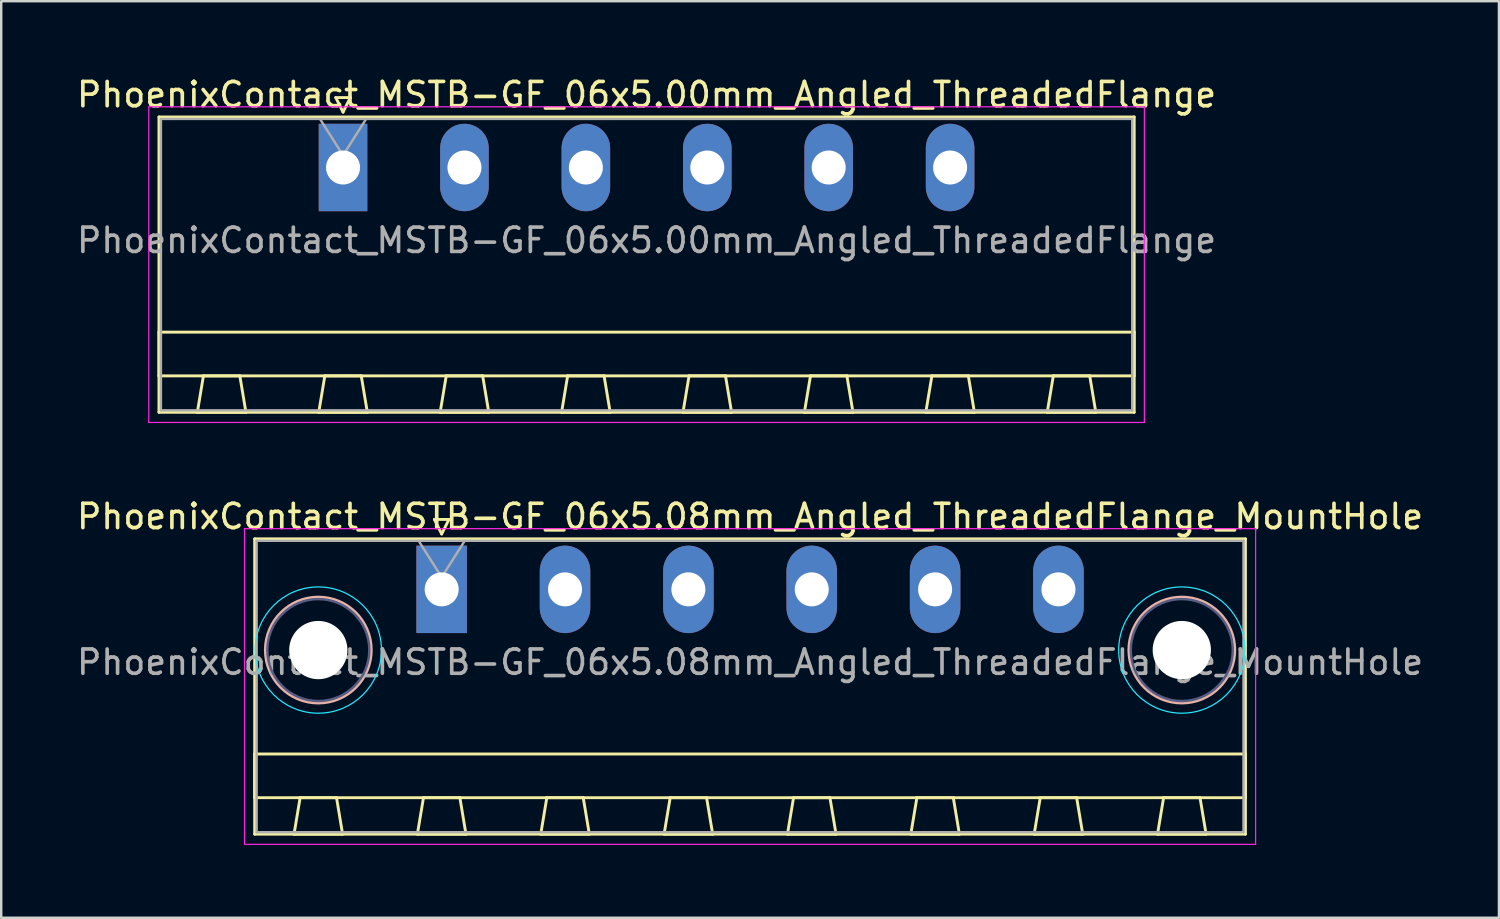
<source format=kicad_pcb>
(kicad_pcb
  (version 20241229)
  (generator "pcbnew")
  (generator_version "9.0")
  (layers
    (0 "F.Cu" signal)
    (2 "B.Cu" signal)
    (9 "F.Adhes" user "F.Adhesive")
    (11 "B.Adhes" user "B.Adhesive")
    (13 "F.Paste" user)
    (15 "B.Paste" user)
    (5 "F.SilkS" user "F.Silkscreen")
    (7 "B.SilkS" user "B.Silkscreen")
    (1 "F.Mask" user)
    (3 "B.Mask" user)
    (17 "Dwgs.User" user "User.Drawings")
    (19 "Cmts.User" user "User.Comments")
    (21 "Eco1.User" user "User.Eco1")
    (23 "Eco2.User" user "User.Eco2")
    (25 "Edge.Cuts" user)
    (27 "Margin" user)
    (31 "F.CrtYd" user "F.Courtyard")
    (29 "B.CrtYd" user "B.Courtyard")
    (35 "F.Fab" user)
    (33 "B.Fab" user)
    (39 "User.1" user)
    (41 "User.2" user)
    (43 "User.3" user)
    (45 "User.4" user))
  (footprint "PhoenixContact_MSTB-GF_06x5.08mm_Angled_ThreadedFlange_MountHole"
    (layer "F.Cu")
    (at 15.139 21.221)
    (property "Reference" "PhoenixContact_MSTB-GF_06x5.08mm_Angled_ThreadedFlange_MountHole" (at 12.7 -3 0) (layer "F.SilkS") (effects (font (size 1 1) (thickness 0.15))))
    (attr through_hole)
    (fp_line (start -7.7 -2.08) (end -7.7 10.08) (stroke (width 0.12) (type solid)) (layer "F.SilkS"))
    (fp_line (start -7.7 6.78) (end 33.1 6.78) (stroke (width 0.12) (type solid)) (layer "F.SilkS"))
    (fp_line (start -7.7 8.58) (end -7.7 6.78) (stroke (width 0.12) (type solid)) (layer "F.SilkS"))
    (fp_line (start -7.7 10.08) (end 33.1 10.08) (stroke (width 0.12) (type solid)) (layer "F.SilkS"))
    (fp_line (start -6.08 10.08) (end -4.08 10.08) (stroke (width 0.12) (type solid)) (layer "F.SilkS"))
    (fp_line (start -5.83 8.58) (end -6.08 10.08) (stroke (width 0.12) (type solid)) (layer "F.SilkS"))
    (fp_line (start -4.33 8.58) (end -5.83 8.58) (stroke (width 0.12) (type solid)) (layer "F.SilkS"))
    (fp_line (start -4.08 10.08) (end -4.33 8.58) (stroke (width 0.12) (type solid)) (layer "F.SilkS"))
    (fp_line (start -1 10.08) (end 1 10.08) (stroke (width 0.12) (type solid)) (layer "F.SilkS"))
    (fp_line (start -0.75 8.58) (end -1 10.08) (stroke (width 0.12) (type solid)) (layer "F.SilkS"))
    (fp_line (start -0.3 -2.88) (end 0.3 -2.88) (stroke (width 0.12) (type solid)) (layer "F.SilkS"))
    (fp_line (start 0 -2.28) (end -0.3 -2.88) (stroke (width 0.12) (type solid)) (layer "F.SilkS"))
    (fp_line (start 0.3 -2.88) (end 0 -2.28) (stroke (width 0.12) (type solid)) (layer "F.SilkS"))
    (fp_line (start 0.75 8.58) (end -0.75 8.58) (stroke (width 0.12) (type solid)) (layer "F.SilkS"))
    (fp_line (start 1 10.08) (end 0.75 8.58) (stroke (width 0.12) (type solid)) (layer "F.SilkS"))
    (fp_line (start 4.08 10.08) (end 6.08 10.08) (stroke (width 0.12) (type solid)) (layer "F.SilkS"))
    (fp_line (start 4.33 8.58) (end 4.08 10.08) (stroke (width 0.12) (type solid)) (layer "F.SilkS"))
    (fp_line (start 5.83 8.58) (end 4.33 8.58) (stroke (width 0.12) (type solid)) (layer "F.SilkS"))
    (fp_line (start 6.08 10.08) (end 5.83 8.58) (stroke (width 0.12) (type solid)) (layer "F.SilkS"))
    (fp_line (start 9.16 10.08) (end 11.16 10.08) (stroke (width 0.12) (type solid)) (layer "F.SilkS"))
    (fp_line (start 9.41 8.58) (end 9.16 10.08) (stroke (width 0.12) (type solid)) (layer "F.SilkS"))
    (fp_line (start 10.91 8.58) (end 9.41 8.58) (stroke (width 0.12) (type solid)) (layer "F.SilkS"))
    (fp_line (start 11.16 10.08) (end 10.91 8.58) (stroke (width 0.12) (type solid)) (layer "F.SilkS"))
    (fp_line (start 14.24 10.08) (end 16.24 10.08) (stroke (width 0.12) (type solid)) (layer "F.SilkS"))
    (fp_line (start 14.49 8.58) (end 14.24 10.08) (stroke (width 0.12) (type solid)) (layer "F.SilkS"))
    (fp_line (start 15.99 8.58) (end 14.49 8.58) (stroke (width 0.12) (type solid)) (layer "F.SilkS"))
    (fp_line (start 16.24 10.08) (end 15.99 8.58) (stroke (width 0.12) (type solid)) (layer "F.SilkS"))
    (fp_line (start 19.32 10.08) (end 21.32 10.08) (stroke (width 0.12) (type solid)) (layer "F.SilkS"))
    (fp_line (start 19.57 8.58) (end 19.32 10.08) (stroke (width 0.12) (type solid)) (layer "F.SilkS"))
    (fp_line (start 21.07 8.58) (end 19.57 8.58) (stroke (width 0.12) (type solid)) (layer "F.SilkS"))
    (fp_line (start 21.32 10.08) (end 21.07 8.58) (stroke (width 0.12) (type solid)) (layer "F.SilkS"))
    (fp_line (start 24.4 10.08) (end 26.4 10.08) (stroke (width 0.12) (type solid)) (layer "F.SilkS"))
    (fp_line (start 24.65 8.58) (end 24.4 10.08) (stroke (width 0.12) (type solid)) (layer "F.SilkS"))
    (fp_line (start 26.15 8.58) (end 24.65 8.58) (stroke (width 0.12) (type solid)) (layer "F.SilkS"))
    (fp_line (start 26.4 10.08) (end 26.15 8.58) (stroke (width 0.12) (type solid)) (layer "F.SilkS"))
    (fp_line (start 29.48 10.08) (end 31.48 10.08) (stroke (width 0.12) (type solid)) (layer "F.SilkS"))
    (fp_line (start 29.73 8.58) (end 29.48 10.08) (stroke (width 0.12) (type solid)) (layer "F.SilkS"))
    (fp_line (start 31.23 8.58) (end 29.73 8.58) (stroke (width 0.12) (type solid)) (layer "F.SilkS"))
    (fp_line (start 31.48 10.08) (end 31.23 8.58) (stroke (width 0.12) (type solid)) (layer "F.SilkS"))
    (fp_line (start 33.1 -2.08) (end -7.7 -2.08) (stroke (width 0.12) (type solid)) (layer "F.SilkS"))
    (fp_line (start 33.1 6.78) (end 33.1 8.58) (stroke (width 0.12) (type solid)) (layer "F.SilkS"))
    (fp_line (start 33.1 8.58) (end -7.7 8.58) (stroke (width 0.12) (type solid)) (layer "F.SilkS"))
    (fp_line (start 33.1 10.08) (end 33.1 -2.08) (stroke (width 0.12) (type solid)) (layer "F.SilkS"))
    (fp_circle (center -5.08 2.5) (end -2.9 2.5) (stroke (width 0.12) (type solid)) (fill no) (layer "B.SilkS"))
    (fp_circle (center 30.48 2.5) (end 32.66 2.5) (stroke (width 0.12) (type solid)) (fill no) (layer "B.SilkS"))
    (fp_circle (center -5.08 2.5) (end -2.48 2.5) (stroke (width 0.05) (type solid)) (fill no) (layer "B.CrtYd"))
    (fp_circle (center 30.48 2.5) (end 33.08 2.5) (stroke (width 0.05) (type solid)) (fill no) (layer "B.CrtYd"))
    (fp_line (start -8.12 -2.5) (end -8.12 10.5) (stroke (width 0.05) (type solid)) (layer "F.CrtYd"))
    (fp_line (start -8.12 10.5) (end 33.52 10.5) (stroke (width 0.05) (type solid)) (layer "F.CrtYd"))
    (fp_line (start 33.52 -2.5) (end -8.12 -2.5) (stroke (width 0.05) (type solid)) (layer "F.CrtYd"))
    (fp_line (start 33.52 10.5) (end 33.52 -2.5) (stroke (width 0.05) (type solid)) (layer "F.CrtYd"))
    (fp_circle (center -5.08 2.5) (end -2.98 2.5) (stroke (width 0.1) (type solid)) (fill no) (layer "B.Fab"))
    (fp_circle (center 30.48 2.5) (end 32.58 2.5) (stroke (width 0.1) (type solid)) (fill no) (layer "B.Fab"))
    (fp_line (start -7.62 -2) (end -7.62 10) (stroke (width 0.1) (type solid)) (layer "F.Fab"))
    (fp_line (start -7.62 10) (end 33.02 10) (stroke (width 0.1) (type solid)) (layer "F.Fab"))
    (fp_line (start 0 -0.5) (end -0.95 -2) (stroke (width 0.1) (type solid)) (layer "F.Fab"))
    (fp_line (start 0.95 -2) (end 0 -0.5) (stroke (width 0.1) (type solid)) (layer "F.Fab"))
    (fp_line (start 33.02 -2) (end -7.62 -2) (stroke (width 0.1) (type solid)) (layer "F.Fab"))
    (fp_line (start 33.02 10) (end 33.02 -2) (stroke (width 0.1) (type solid)) (layer "F.Fab"))
    (fp_text user "${REFERENCE}" (at 12.7 3 0) (layer "F.Fab") (effects (font (size 1 1) (thickness 0.15))))
    (pad "" np_thru_hole circle (at -5.08 2.5) (size 2.4 2.4) (drill 2.4) (layers "*.Cu" "*.Mask"))
    (pad "" np_thru_hole circle (at 30.48 2.5) (size 2.4 2.4) (drill 2.4) (layers "*.Cu" "*.Mask"))
    (pad "1" thru_hole rect (at 0 0) (size 2.08 3.6) (drill 1.4) (layers "*.Cu" "*.Mask"))
    (pad "2" thru_hole oval (at 5.08 0) (size 2.08 3.6) (drill 1.4) (layers "*.Cu" "*.Mask"))
    (pad "3" thru_hole oval (at 10.16 0) (size 2.08 3.6) (drill 1.4) (layers "*.Cu" "*.Mask"))
    (pad "4" thru_hole oval (at 15.24 0) (size 2.08 3.6) (drill 1.4) (layers "*.Cu" "*.Mask"))
    (pad "5" thru_hole oval (at 20.32 0) (size 2.08 3.6) (drill 1.4) (layers "*.Cu" "*.Mask"))
    (pad "6" thru_hole oval (at 25.4 0) (size 2.08 3.6) (drill 1.4) (layers "*.Cu" "*.Mask")))
  (footprint "PhoenixContact_MSTB-GF_06x5.00mm_Angled_ThreadedFlange"
    (layer "F.Cu")
    (at 11.077 3.848)
    (property "Reference" "PhoenixContact_MSTB-GF_06x5.00mm_Angled_ThreadedFlange" (at 12.5 -3 0) (layer "F.SilkS") (effects (font (size 1 1) (thickness 0.15))))
    (attr through_hole)
    (fp_line (start -7.58 -2.08) (end -7.58 10.08) (stroke (width 0.12) (type solid)) (layer "F.SilkS"))
    (fp_line (start -7.58 6.78) (end 32.58 6.78) (stroke (width 0.12) (type solid)) (layer "F.SilkS"))
    (fp_line (start -7.58 8.58) (end -7.58 6.78) (stroke (width 0.12) (type solid)) (layer "F.SilkS"))
    (fp_line (start -7.58 10.08) (end 32.58 10.08) (stroke (width 0.12) (type solid)) (layer "F.SilkS"))
    (fp_line (start -6 10.08) (end -4 10.08) (stroke (width 0.12) (type solid)) (layer "F.SilkS"))
    (fp_line (start -5.75 8.58) (end -6 10.08) (stroke (width 0.12) (type solid)) (layer "F.SilkS"))
    (fp_line (start -4.25 8.58) (end -5.75 8.58) (stroke (width 0.12) (type solid)) (layer "F.SilkS"))
    (fp_line (start -4 10.08) (end -4.25 8.58) (stroke (width 0.12) (type solid)) (layer "F.SilkS"))
    (fp_line (start -1 10.08) (end 1 10.08) (stroke (width 0.12) (type solid)) (layer "F.SilkS"))
    (fp_line (start -0.75 8.58) (end -1 10.08) (stroke (width 0.12) (type solid)) (layer "F.SilkS"))
    (fp_line (start -0.3 -2.88) (end 0.3 -2.88) (stroke (width 0.12) (type solid)) (layer "F.SilkS"))
    (fp_line (start 0 -2.28) (end -0.3 -2.88) (stroke (width 0.12) (type solid)) (layer "F.SilkS"))
    (fp_line (start 0.3 -2.88) (end 0 -2.28) (stroke (width 0.12) (type solid)) (layer "F.SilkS"))
    (fp_line (start 0.75 8.58) (end -0.75 8.58) (stroke (width 0.12) (type solid)) (layer "F.SilkS"))
    (fp_line (start 1 10.08) (end 0.75 8.58) (stroke (width 0.12) (type solid)) (layer "F.SilkS"))
    (fp_line (start 4 10.08) (end 6 10.08) (stroke (width 0.12) (type solid)) (layer "F.SilkS"))
    (fp_line (start 4.25 8.58) (end 4 10.08) (stroke (width 0.12) (type solid)) (layer "F.SilkS"))
    (fp_line (start 5.75 8.58) (end 4.25 8.58) (stroke (width 0.12) (type solid)) (layer "F.SilkS"))
    (fp_line (start 6 10.08) (end 5.75 8.58) (stroke (width 0.12) (type solid)) (layer "F.SilkS"))
    (fp_line (start 9 10.08) (end 11 10.08) (stroke (width 0.12) (type solid)) (layer "F.SilkS"))
    (fp_line (start 9.25 8.58) (end 9 10.08) (stroke (width 0.12) (type solid)) (layer "F.SilkS"))
    (fp_line (start 10.75 8.58) (end 9.25 8.58) (stroke (width 0.12) (type solid)) (layer "F.SilkS"))
    (fp_line (start 11 10.08) (end 10.75 8.58) (stroke (width 0.12) (type solid)) (layer "F.SilkS"))
    (fp_line (start 14 10.08) (end 16 10.08) (stroke (width 0.12) (type solid)) (layer "F.SilkS"))
    (fp_line (start 14.25 8.58) (end 14 10.08) (stroke (width 0.12) (type solid)) (layer "F.SilkS"))
    (fp_line (start 15.75 8.58) (end 14.25 8.58) (stroke (width 0.12) (type solid)) (layer "F.SilkS"))
    (fp_line (start 16 10.08) (end 15.75 8.58) (stroke (width 0.12) (type solid)) (layer "F.SilkS"))
    (fp_line (start 19 10.08) (end 21 10.08) (stroke (width 0.12) (type solid)) (layer "F.SilkS"))
    (fp_line (start 19.25 8.58) (end 19 10.08) (stroke (width 0.12) (type solid)) (layer "F.SilkS"))
    (fp_line (start 20.75 8.58) (end 19.25 8.58) (stroke (width 0.12) (type solid)) (layer "F.SilkS"))
    (fp_line (start 21 10.08) (end 20.75 8.58) (stroke (width 0.12) (type solid)) (layer "F.SilkS"))
    (fp_line (start 24 10.08) (end 26 10.08) (stroke (width 0.12) (type solid)) (layer "F.SilkS"))
    (fp_line (start 24.25 8.58) (end 24 10.08) (stroke (width 0.12) (type solid)) (layer "F.SilkS"))
    (fp_line (start 25.75 8.58) (end 24.25 8.58) (stroke (width 0.12) (type solid)) (layer "F.SilkS"))
    (fp_line (start 26 10.08) (end 25.75 8.58) (stroke (width 0.12) (type solid)) (layer "F.SilkS"))
    (fp_line (start 29 10.08) (end 31 10.08) (stroke (width 0.12) (type solid)) (layer "F.SilkS"))
    (fp_line (start 29.25 8.58) (end 29 10.08) (stroke (width 0.12) (type solid)) (layer "F.SilkS"))
    (fp_line (start 30.75 8.58) (end 29.25 8.58) (stroke (width 0.12) (type solid)) (layer "F.SilkS"))
    (fp_line (start 31 10.08) (end 30.75 8.58) (stroke (width 0.12) (type solid)) (layer "F.SilkS"))
    (fp_line (start 32.58 -2.08) (end -7.58 -2.08) (stroke (width 0.12) (type solid)) (layer "F.SilkS"))
    (fp_line (start 32.58 6.78) (end 32.58 8.58) (stroke (width 0.12) (type solid)) (layer "F.SilkS"))
    (fp_line (start 32.58 8.58) (end -7.58 8.58) (stroke (width 0.12) (type solid)) (layer "F.SilkS"))
    (fp_line (start 32.58 10.08) (end 32.58 -2.08) (stroke (width 0.12) (type solid)) (layer "F.SilkS"))
    (fp_line (start -8 -2.5) (end -8 10.5) (stroke (width 0.05) (type solid)) (layer "F.CrtYd"))
    (fp_line (start -8 10.5) (end 33 10.5) (stroke (width 0.05) (type solid)) (layer "F.CrtYd"))
    (fp_line (start 33 -2.5) (end -8 -2.5) (stroke (width 0.05) (type solid)) (layer "F.CrtYd"))
    (fp_line (start 33 10.5) (end 33 -2.5) (stroke (width 0.05) (type solid)) (layer "F.CrtYd"))
    (fp_line (start -7.5 -2) (end -7.5 10) (stroke (width 0.1) (type solid)) (layer "F.Fab"))
    (fp_line (start -7.5 10) (end 32.5 10) (stroke (width 0.1) (type solid)) (layer "F.Fab"))
    (fp_line (start 0 -0.5) (end -0.95 -2) (stroke (width 0.1) (type solid)) (layer "F.Fab"))
    (fp_line (start 0.95 -2) (end 0 -0.5) (stroke (width 0.1) (type solid)) (layer "F.Fab"))
    (fp_line (start 32.5 -2) (end -7.5 -2) (stroke (width 0.1) (type solid)) (layer "F.Fab"))
    (fp_line (start 32.5 10) (end 32.5 -2) (stroke (width 0.1) (type solid)) (layer "F.Fab"))
    (fp_text user "${REFERENCE}" (at 12.5 3 0) (layer "F.Fab") (effects (font (size 1 1) (thickness 0.15))))
    (pad "1" thru_hole rect (at 0 0) (size 2 3.6) (drill 1.4) (layers "*.Cu" "*.Mask"))
    (pad "2" thru_hole oval (at 5 0) (size 2 3.6) (drill 1.4) (layers "*.Cu" "*.Mask"))
    (pad "3" thru_hole oval (at 10 0) (size 2 3.6) (drill 1.4) (layers "*.Cu" "*.Mask"))
    (pad "4" thru_hole oval (at 15 0) (size 2 3.6) (drill 1.4) (layers "*.Cu" "*.Mask"))
    (pad "5" thru_hole oval (at 20 0) (size 2 3.6) (drill 1.4) (layers "*.Cu" "*.Mask"))
    (pad "6" thru_hole oval (at 25 0) (size 2 3.6) (drill 1.4) (layers "*.Cu" "*.Mask")))
  (gr_rect
    (start -3 -3)
    (end 58.679 34.746)
    (stroke (width 0.1) (type default))
    (fill no)
    (layer "Edge.Cuts")))
</source>
